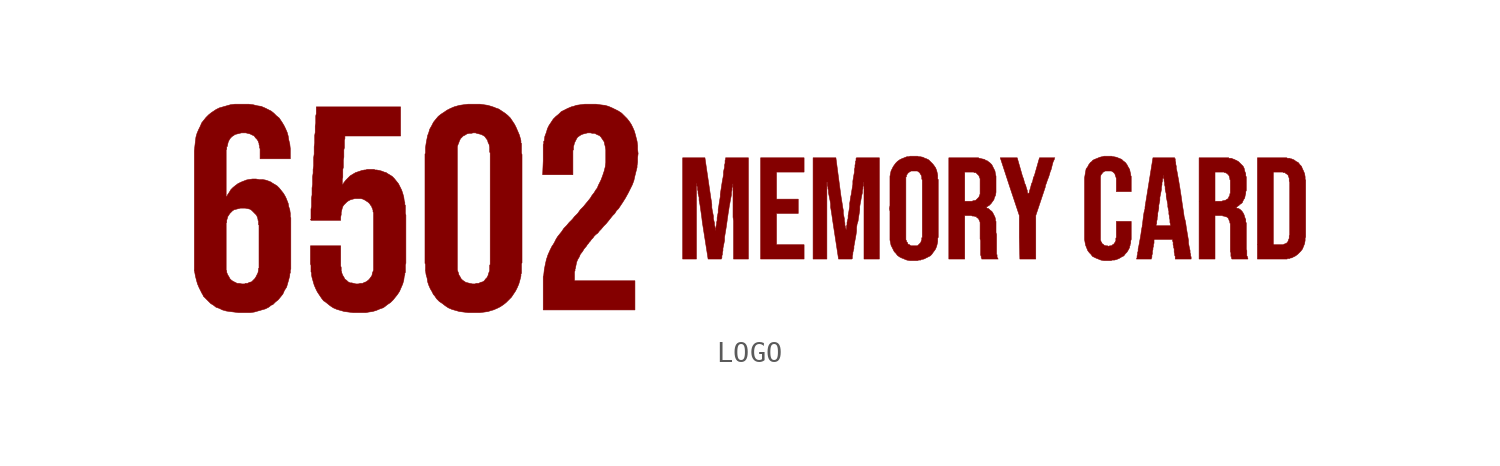
<source format=kicad_sym>
(kicad_symbol_lib
  (version 20231120)
  (generator "kicad_symbol_editor")
  (generator_version "8.0")
  (symbol "LOGO"
    (pin_names
      (offset 1.016))
    (property "Reference" "#G"
      (at 0 -4.242 0)
      (effects (font (size 1.524 1.524)) (hide yes)))
    (symbol "LOGO_0_0"
      (polyline (pts (xy -0.787 -1.727) (xy -2.108 -1.727) (xy -2.108 -0.229) (xy -1.067 -0.229) (xy -1.067 0.457) (xy -2.108 0.457) (xy -2.108 1.753) (xy -0.787 1.753) (xy -0.787 2.438) (xy -2.87 2.438) (xy -2.87 -2.413) (xy -0.787 -2.413) (xy -0.787 -1.727)) (stroke (width 0.025) (type solid)) (fill (type outline)))
      (polyline (pts (xy 10.312 -0.33) (xy 10.77 1.041) (xy 10.77 1.092) (xy 10.82 1.219) (xy 10.871 1.372) (xy 10.922 1.499) (xy 10.973 1.651) (xy 10.998 1.753) (xy 11.049 1.88) (xy 11.125 2.184) (xy 11.151 2.261) (xy 11.201 2.362) (xy 11.201 2.413) (xy 11.227 2.438) (xy 10.49 2.438) (xy 10.236 1.549) (xy 10.211 1.524) (xy 10.185 1.422) (xy 10.16 1.295) (xy 10.109 1.194) (xy 10.058 0.991) (xy 10.008 0.838) (xy 10.008 0.787) (xy 9.957 0.711) (xy 9.931 0.737) (xy 9.906 0.787) (xy 9.906 0.864) (xy 9.855 1.016) (xy 9.83 1.118) (xy 9.779 1.219) (xy 9.728 1.422) (xy 9.677 1.549) (xy 9.423 2.438) (xy 8.611 2.438) (xy 9.068 1.041) (xy 9.525 -0.33) (xy 9.525 -1.372) (xy 9.55 -2.413) (xy 10.312 -2.413) (xy 10.312 -0.33)) (stroke (width 0.025) (type solid)) (fill (type outline)))
      (polyline (pts (xy 22.377 -2.388) (xy 22.479 -2.388) (xy 22.504 -2.362) (xy 22.555 -2.362) (xy 22.758 -2.261) (xy 22.86 -2.184) (xy 23.012 -2.032) (xy 23.089 -1.93) (xy 23.19 -1.676) (xy 23.216 -1.524) (xy 23.216 -1.372) (xy 23.241 -1.372) (xy 23.241 1.372) (xy 23.216 1.397) (xy 23.216 1.524) (xy 23.19 1.676) (xy 23.139 1.803) (xy 23.089 1.905) (xy 23.038 2.032) (xy 22.962 2.108) (xy 22.885 2.21) (xy 22.784 2.261) (xy 22.682 2.337) (xy 22.555 2.388) (xy 22.504 2.388) (xy 22.479 2.413) (xy 22.377 2.413) (xy 22.327 2.438) (xy 20.93 2.438) (xy 20.93 -1.727) (xy 21.692 -1.727) (xy 21.692 1.753) (xy 22.149 1.753) (xy 22.174 1.727) (xy 22.25 1.727) (xy 22.301 1.676) (xy 22.352 1.651) (xy 22.403 1.6) (xy 22.454 1.448) (xy 22.454 1.321) (xy 22.479 1.27) (xy 22.479 -1.27) (xy 22.454 -1.295) (xy 22.454 -1.422) (xy 22.428 -1.473) (xy 22.403 -1.549) (xy 22.377 -1.6) (xy 22.327 -1.651) (xy 22.276 -1.676) (xy 22.2 -1.702) (xy 22.174 -1.727) (xy 21.692 -1.727) (xy 20.93 -1.727) (xy 20.93 -2.413) (xy 22.352 -2.413) (xy 22.377 -2.388)) (stroke (width 0.025) (type solid)) (fill (type outline)))
      (polyline (pts (xy 4.699 -2.464) (xy 4.801 -2.464) (xy 4.826 -2.438) (xy 4.953 -2.413) (xy 5.258 -2.261) (xy 5.334 -2.184) (xy 5.385 -2.108) (xy 5.461 -2.007) (xy 5.512 -1.93) (xy 5.563 -1.803) (xy 5.588 -1.702) (xy 5.613 -1.575) (xy 5.613 -1.422) (xy 5.639 -1.372) (xy 5.639 1.397) (xy 5.613 1.422) (xy 5.613 1.6) (xy 5.588 1.727) (xy 5.563 1.829) (xy 5.512 1.956) (xy 5.461 2.032) (xy 5.385 2.134) (xy 5.182 2.337) (xy 5.08 2.388) (xy 5.004 2.413) (xy 4.902 2.464) (xy 4.775 2.489) (xy 4.699 2.489) (xy 4.648 2.515) (xy 4.293 2.515) (xy 4.242 2.489) (xy 4.14 2.489) (xy 3.886 2.388) (xy 3.785 2.337) (xy 3.683 2.261) (xy 3.607 2.184) (xy 3.531 2.083) (xy 3.48 2.007) (xy 3.378 1.803) (xy 3.327 1.549) (xy 3.327 0.152) (xy 3.302 0) (xy 3.327 -0.127) (xy 3.327 -1.499) (xy 4.089 -1.499) (xy 4.089 1.524) (xy 4.115 1.524) (xy 4.115 1.6) (xy 4.14 1.626) (xy 4.166 1.676) (xy 4.216 1.727) (xy 4.293 1.778) (xy 4.343 1.803) (xy 4.648 1.803) (xy 4.674 1.778) (xy 4.75 1.727) (xy 4.775 1.676) (xy 4.826 1.6) (xy 4.851 1.524) (xy 4.851 1.422) (xy 4.877 1.372) (xy 4.877 -1.372) (xy 4.851 -1.397) (xy 4.851 -1.499) (xy 4.826 -1.549) (xy 4.801 -1.626) (xy 4.648 -1.778) (xy 4.318 -1.778) (xy 4.267 -1.727) (xy 4.191 -1.702) (xy 4.166 -1.626) (xy 4.115 -1.575) (xy 4.115 -1.524) (xy 4.089 -1.499) (xy 3.327 -1.499) (xy 3.378 -1.753) (xy 3.531 -2.057) (xy 3.607 -2.134) (xy 3.683 -2.235) (xy 3.785 -2.311) (xy 3.886 -2.362) (xy 4.14 -2.464) (xy 4.293 -2.489) (xy 4.648 -2.489) (xy 4.699 -2.464)) (stroke (width 0.025) (type solid)) (fill (type outline)))
      (polyline (pts (xy 6.909 -0.33) (xy 7.214 -0.33) (xy 7.29 -0.356) (xy 7.366 -0.356) (xy 7.417 -0.381) (xy 7.468 -0.381) (xy 7.493 -0.432) (xy 7.544 -0.457) (xy 7.569 -0.483) (xy 7.62 -0.584) (xy 7.645 -0.66) (xy 7.645 -1.448) (xy 7.671 -1.524) (xy 7.671 -2.235) (xy 7.696 -2.261) (xy 7.696 -2.337) (xy 7.722 -2.362) (xy 7.722 -2.413) (xy 8.509 -2.413) (xy 8.484 -2.362) (xy 8.458 -2.337) (xy 8.458 -2.21) (xy 8.433 -2.184) (xy 8.433 -1.245) (xy 8.407 -1.143) (xy 8.407 -0.61) (xy 8.382 -0.584) (xy 8.382 -0.508) (xy 8.357 -0.406) (xy 8.255 -0.203) (xy 8.204 -0.127) (xy 8.128 -0.076) (xy 8.052 0) (xy 7.976 0.025) (xy 7.95 0.051) (xy 7.925 0.051) (xy 7.925 0.076) (xy 7.95 0.076) (xy 7.976 0.102) (xy 8.001 0.102) (xy 8.026 0.127) (xy 8.077 0.152) (xy 8.179 0.254) (xy 8.23 0.33) (xy 8.306 0.432) (xy 8.331 0.533) (xy 8.382 0.635) (xy 8.407 0.787) (xy 8.407 1.549) (xy 8.382 1.651) (xy 8.357 1.803) (xy 8.204 2.108) (xy 8.128 2.184) (xy 8.026 2.261) (xy 8.001 2.286) (xy 7.925 2.311) (xy 7.849 2.362) (xy 7.722 2.388) (xy 7.62 2.413) (xy 7.595 2.413) (xy 7.569 2.438) (xy 6.147 2.438) (xy 6.147 0.356) (xy 6.909 0.356) (xy 6.909 1.753) (xy 7.341 1.753) (xy 7.366 1.727) (xy 7.442 1.727) (xy 7.595 1.575) (xy 7.595 1.549) (xy 7.62 1.524) (xy 7.62 1.473) (xy 7.645 1.448) (xy 7.645 0.686) (xy 7.62 0.66) (xy 7.62 0.61) (xy 7.595 0.584) (xy 7.595 0.559) (xy 7.442 0.406) (xy 7.366 0.381) (xy 7.315 0.381) (xy 7.264 0.356) (xy 6.909 0.356) (xy 6.147 0.356) (xy 6.147 -2.413) (xy 6.909 -2.413) (xy 6.909 -0.33)) (stroke (width 0.025) (type solid)) (fill (type outline)))
      (polyline (pts (xy -5.944 1.219) (xy -5.918 1.194) (xy -5.918 1.092) (xy -5.893 1.041) (xy -5.893 0.914) (xy -5.867 0.838) (xy -5.867 0.737) (xy -5.817 0.533) (xy -5.817 0.406) (xy -5.791 0.279) (xy -5.766 0.127) (xy -5.69 -0.406) (xy -5.664 -0.635) (xy -5.385 -2.413) (xy -4.75 -2.413) (xy -4.75 -2.388) (xy -4.724 -2.362) (xy -4.724 -2.261) (xy -4.699 -2.184) (xy -4.699 -2.108) (xy -4.674 -2.007) (xy -4.674 -1.905) (xy -4.597 -1.524) (xy -4.597 -1.372) (xy -4.521 -0.914) (xy -4.47 -0.559) (xy -4.47 -0.533) (xy -4.445 -0.381) (xy -4.42 -0.203) (xy -4.394 -0.051) (xy -4.369 0.127) (xy -4.343 0.254) (xy -4.318 0.406) (xy -4.267 0.66) (xy -4.267 0.787) (xy -4.242 0.889) (xy -4.242 0.991) (xy -4.216 1.067) (xy -4.216 1.143) (xy -4.191 1.194) (xy -4.191 -0.406) (xy -4.166 -0.584) (xy -4.166 -2.413) (xy -3.454 -2.413) (xy -3.454 2.438) (xy -4.547 2.438) (xy -4.547 2.362) (xy -4.572 2.311) (xy -4.572 2.184) (xy -4.597 2.083) (xy -4.597 1.981) (xy -4.623 1.88) (xy -4.648 1.753) (xy -4.648 1.626) (xy -4.674 1.473) (xy -4.699 1.346) (xy -4.724 1.194) (xy -4.75 1.016) (xy -4.775 0.864) (xy -4.801 0.686) (xy -4.801 0.584) (xy -4.851 0.279) (xy -4.877 0.102) (xy -4.902 -0.025) (xy -4.902 -0.178) (xy -4.953 -0.432) (xy -4.953 -0.559) (xy -4.978 -0.66) (xy -4.978 -0.737) (xy -5.004 -0.838) (xy -5.004 -0.889) (xy -5.029 -0.94) (xy -5.029 -1.041) (xy -5.055 -1.016) (xy -5.055 -0.864) (xy -5.08 -0.787) (xy -5.08 -0.686) (xy -5.131 -0.483) (xy -5.131 -0.356) (xy -5.182 -0.102) (xy -5.207 0.051) (xy -5.207 0.203) (xy -5.232 0.381) (xy -5.258 0.533) (xy -5.283 0.711) (xy -5.537 2.438) (xy -6.604 2.438) (xy -6.604 -2.413) (xy -5.944 -2.413) (xy -5.944 1.219)) (stroke (width 0.025) (type solid)) (fill (type outline)))
      (polyline (pts (xy 13.97 -2.464) (xy 14.072 -2.464) (xy 14.173 -2.438) (xy 14.3 -2.388) (xy 14.427 -2.311) (xy 14.529 -2.261) (xy 14.605 -2.159) (xy 14.681 -2.083) (xy 14.757 -1.956) (xy 14.808 -1.854) (xy 14.808 -1.803) (xy 14.834 -1.753) (xy 14.834 -1.702) (xy 14.859 -1.651) (xy 14.859 -1.549) (xy 14.884 -1.473) (xy 14.884 -0.61) (xy 14.173 -0.61) (xy 14.173 -1.372) (xy 14.148 -1.422) (xy 14.148 -1.549) (xy 14.122 -1.575) (xy 14.122 -1.6) (xy 14.097 -1.626) (xy 14.046 -1.702) (xy 13.995 -1.727) (xy 13.945 -1.778) (xy 13.868 -1.778) (xy 13.792 -1.803) (xy 13.741 -1.778) (xy 13.665 -1.778) (xy 13.589 -1.753) (xy 13.538 -1.702) (xy 13.487 -1.676) (xy 13.462 -1.6) (xy 13.437 -1.6) (xy 13.437 -1.549) (xy 13.411 -1.524) (xy 13.411 1.524) (xy 13.437 1.626) (xy 13.487 1.676) (xy 13.513 1.727) (xy 13.589 1.778) (xy 13.64 1.803) (xy 13.945 1.803) (xy 13.97 1.778) (xy 14.021 1.753) (xy 14.097 1.676) (xy 14.173 1.448) (xy 14.173 0.813) (xy 14.884 0.813) (xy 14.884 1.549) (xy 14.859 1.6) (xy 14.859 1.651) (xy 14.834 1.753) (xy 14.808 1.88) (xy 14.732 2.007) (xy 14.681 2.108) (xy 14.605 2.21) (xy 14.503 2.286) (xy 14.427 2.362) (xy 14.173 2.464) (xy 14.046 2.489) (xy 13.995 2.489) (xy 13.945 2.515) (xy 13.589 2.515) (xy 13.513 2.489) (xy 13.487 2.489) (xy 13.386 2.464) (xy 13.132 2.362) (xy 13.03 2.311) (xy 13.03 2.286) (xy 12.929 2.21) (xy 12.852 2.108) (xy 12.802 2.007) (xy 12.725 1.905) (xy 12.7 1.778) (xy 12.649 1.473) (xy 12.649 -1.473) (xy 12.675 -1.626) (xy 12.7 -1.753) (xy 12.802 -2.007) (xy 12.878 -2.108) (xy 12.954 -2.184) (xy 13.03 -2.286) (xy 13.183 -2.362) (xy 13.437 -2.464) (xy 13.589 -2.489) (xy 13.919 -2.489) (xy 13.97 -2.464)) (stroke (width 0.025) (type solid)) (fill (type outline)))
      (polyline (pts (xy 0.305 1.27) (xy 0.33 1.27) (xy 0.33 1.118) (xy 0.356 1.041) (xy 0.356 0.965) (xy 0.381 0.864) (xy 0.381 0.762) (xy 0.457 0.381) (xy 0.483 0.229) (xy 0.483 0.076) (xy 0.533 -0.229) (xy 0.584 -0.584) (xy 0.864 -2.413) (xy 1.499 -2.413) (xy 1.524 -2.388) (xy 1.524 -2.261) (xy 1.549 -2.184) (xy 1.549 -2.108) (xy 1.6 -1.905) (xy 1.6 -1.803) (xy 1.626 -1.676) (xy 1.651 -1.524) (xy 1.676 -1.397) (xy 1.702 -1.245) (xy 1.727 -1.067) (xy 1.727 -0.914) (xy 1.753 -0.737) (xy 1.803 -0.584) (xy 1.803 -0.559) (xy 1.829 -0.381) (xy 1.854 -0.229) (xy 1.88 -0.051) (xy 1.88 0.102) (xy 1.905 0.254) (xy 1.93 0.381) (xy 1.956 0.533) (xy 1.981 0.66) (xy 2.007 0.762) (xy 2.007 0.864) (xy 2.032 0.965) (xy 2.032 1.041) (xy 2.057 1.118) (xy 2.057 1.245) (xy 2.083 1.245) (xy 2.083 -2.413) (xy 2.819 -2.413) (xy 2.819 2.438) (xy 1.727 2.438) (xy 1.702 2.413) (xy 1.702 2.311) (xy 1.676 2.261) (xy 1.676 2.184) (xy 1.651 2.083) (xy 1.651 1.981) (xy 1.626 1.88) (xy 1.626 1.753) (xy 1.6 1.626) (xy 1.549 1.321) (xy 1.549 1.168) (xy 1.499 0.864) (xy 1.473 0.686) (xy 1.448 0.584) (xy 1.422 0.406) (xy 1.397 0.254) (xy 1.397 0.102) (xy 1.346 -0.203) (xy 1.321 -0.33) (xy 1.321 -0.457) (xy 1.27 -0.66) (xy 1.27 -0.762) (xy 1.245 -0.838) (xy 1.245 -0.965) (xy 1.219 -1.016) (xy 1.219 -0.965) (xy 1.194 -0.914) (xy 1.194 -0.864) (xy 1.168 -0.787) (xy 1.168 -0.686) (xy 1.143 -0.584) (xy 1.143 -0.483) (xy 1.092 -0.229) (xy 1.092 -0.076) (xy 1.067 0.051) (xy 1.041 0.229) (xy 0.991 0.533) (xy 0.965 0.711) (xy 0.737 2.438) (xy -0.356 2.438) (xy -0.356 -2.413) (xy 0.305 -2.413) (xy 0.305 1.27)) (stroke (width 0.025) (type solid)) (fill (type outline)))
      (polyline (pts (xy 18.898 -0.33) (xy 19.253 -0.33) (xy 19.279 -0.356) (xy 19.329 -0.356) (xy 19.482 -0.406) (xy 19.533 -0.457) (xy 19.558 -0.508) (xy 19.583 -0.584) (xy 19.609 -0.61) (xy 19.609 -0.686) (xy 19.634 -0.711) (xy 19.634 -2.057) (xy 19.66 -2.108) (xy 19.66 -2.286) (xy 19.685 -2.311) (xy 19.685 -2.362) (xy 19.71 -2.413) (xy 20.472 -2.413) (xy 20.472 -2.362) (xy 20.447 -2.337) (xy 20.447 -2.286) (xy 20.422 -2.261) (xy 20.422 -2.007) (xy 20.396 -1.956) (xy 20.396 -0.686) (xy 20.371 -0.635) (xy 20.371 -0.508) (xy 20.345 -0.483) (xy 20.345 -0.457) (xy 20.32 -0.406) (xy 20.295 -0.305) (xy 20.244 -0.203) (xy 20.193 -0.127) (xy 20.117 -0.051) (xy 20.041 0) (xy 19.939 0.025) (xy 19.888 0.076) (xy 19.939 0.076) (xy 19.964 0.102) (xy 20.041 0.152) (xy 20.091 0.203) (xy 20.168 0.254) (xy 20.218 0.305) (xy 20.218 0.33) (xy 20.269 0.432) (xy 20.32 0.508) (xy 20.345 0.635) (xy 20.371 0.737) (xy 20.371 0.813) (xy 20.396 0.864) (xy 20.396 1.524) (xy 20.371 1.575) (xy 20.371 1.676) (xy 20.32 1.803) (xy 20.295 1.93) (xy 20.244 2.032) (xy 20.015 2.261) (xy 19.812 2.362) (xy 19.736 2.388) (xy 19.685 2.413) (xy 19.558 2.413) (xy 19.558 2.438) (xy 18.136 2.438) (xy 18.136 0.356) (xy 18.898 0.356) (xy 18.898 1.753) (xy 19.329 1.753) (xy 19.355 1.727) (xy 19.406 1.727) (xy 19.431 1.702) (xy 19.456 1.702) (xy 19.558 1.6) (xy 19.583 1.549) (xy 19.609 1.448) (xy 19.609 1.397) (xy 19.634 1.372) (xy 19.634 0.737) (xy 19.609 0.711) (xy 19.609 0.635) (xy 19.558 0.559) (xy 19.533 0.483) (xy 19.482 0.457) (xy 19.406 0.406) (xy 19.329 0.381) (xy 19.279 0.381) (xy 19.228 0.356) (xy 18.898 0.356) (xy 18.136 0.356) (xy 18.136 -2.413) (xy 18.898 -2.413) (xy 18.898 -0.33)) (stroke (width 0.025) (type solid)) (fill (type outline)))
      (polyline (pts (xy 15.85 -2.362) (xy 15.875 -2.337) (xy 15.875 -2.235) (xy 15.9 -2.159) (xy 15.9 -2.032) (xy 15.926 -1.956) (xy 15.926 -1.88) (xy 15.951 -1.803) (xy 15.951 -1.727) (xy 15.977 -1.651) (xy 15.977 -1.499) (xy 16.002 -1.473) (xy 16.866 -1.473) (xy 16.866 -1.549) (xy 16.891 -1.6) (xy 16.891 -1.727) (xy 16.916 -1.803) (xy 16.916 -1.854) (xy 16.942 -1.93) (xy 16.942 -2.083) (xy 16.967 -2.159) (xy 16.967 -2.235) (xy 16.993 -2.286) (xy 16.993 -2.413) (xy 17.755 -2.413) (xy 17.755 -2.311) (xy 17.729 -2.261) (xy 17.729 -2.184) (xy 17.704 -2.108) (xy 17.704 -2.007) (xy 17.678 -1.905) (xy 17.628 -1.651) (xy 17.628 -1.524) (xy 17.526 -0.914) (xy 17.501 -0.737) (xy 17.475 -0.584) (xy 17.424 -0.406) (xy 17.374 -0.051) (xy 17.348 0.102) (xy 17.272 0.635) (xy 17.247 0.787) (xy 17.221 0.965) (xy 17.145 1.422) (xy 17.12 1.549) (xy 17.094 1.702) (xy 17.069 1.829) (xy 17.043 1.93) (xy 17.043 2.032) (xy 17.018 2.134) (xy 17.018 2.21) (xy 16.993 2.286) (xy 16.993 2.388) (xy 16.967 2.413) (xy 16.967 2.438) (xy 15.926 2.438) (xy 15.545 0.076) (xy 15.545 0) (xy 15.494 -0.203) (xy 15.469 -0.381) (xy 15.443 -0.584) (xy 15.418 -0.813) (xy 16.078 -0.813) (xy 16.078 -0.762) (xy 16.104 -0.711) (xy 16.104 -0.61) (xy 16.129 -0.508) (xy 16.129 -0.432) (xy 16.154 -0.33) (xy 16.154 -0.229) (xy 16.205 0.025) (xy 16.205 0.152) (xy 16.256 0.406) (xy 16.256 0.533) (xy 16.332 0.914) (xy 16.332 1.016) (xy 16.358 1.143) (xy 16.358 1.245) (xy 16.383 1.321) (xy 16.383 1.397) (xy 16.408 1.473) (xy 16.408 1.6) (xy 16.434 1.6) (xy 16.434 1.473) (xy 16.459 1.397) (xy 16.459 1.321) (xy 16.485 1.245) (xy 16.485 1.143) (xy 16.51 1.041) (xy 16.51 0.94) (xy 16.535 0.813) (xy 16.561 0.711) (xy 16.561 0.584) (xy 16.637 0.203) (xy 16.637 0.102) (xy 16.662 -0.025) (xy 16.688 -0.127) (xy 16.688 -0.254) (xy 16.713 -0.356) (xy 16.713 -0.432) (xy 16.739 -0.533) (xy 16.739 -0.66) (xy 16.764 -0.737) (xy 16.764 -0.813) (xy 16.078 -0.813) (xy 15.418 -0.813) (xy 15.392 -0.94) (xy 15.367 -1.092) (xy 15.342 -1.27) (xy 15.316 -1.422) (xy 15.291 -1.549) (xy 15.265 -1.702) (xy 15.24 -1.829) (xy 15.215 -1.93) (xy 15.215 -2.032) (xy 15.189 -2.108) (xy 15.189 -2.184) (xy 15.164 -2.261) (xy 15.164 -2.337) (xy 15.138 -2.413) (xy 15.85 -2.413) (xy 15.85 -2.362)) (stroke (width 0.025) (type solid)) (fill (type outline)))
      (polyline (pts (xy -16.104 -4.953) (xy -15.926 -4.928) (xy -15.773 -4.877) (xy -15.672 -4.851) (xy -15.494 -4.775) (xy -15.342 -4.699) (xy -15.189 -4.597) (xy -15.062 -4.496) (xy -14.808 -4.242) (xy -14.605 -3.937) (xy -14.529 -3.785) (xy -14.453 -3.607) (xy -14.402 -3.429) (xy -14.351 -3.226) (xy -14.351 -3.124) (xy -14.326 -3.099) (xy -14.326 -2.642) (xy -14.3 -2.591) (xy -14.3 2.591) (xy -14.326 2.667) (xy -14.326 3.124) (xy -14.351 3.15) (xy -14.351 3.251) (xy -14.376 3.353) (xy -14.427 3.531) (xy -14.58 3.886) (xy -14.656 4.039) (xy -14.859 4.343) (xy -14.986 4.47) (xy -15.113 4.572) (xy -15.418 4.775) (xy -15.57 4.826) (xy -15.621 4.851) (xy -15.773 4.902) (xy -15.951 4.953) (xy -16.307 5.004) (xy -16.891 5.004) (xy -17.094 4.978) (xy -17.272 4.953) (xy -17.374 4.928) (xy -17.551 4.877) (xy -17.729 4.801) (xy -17.882 4.724) (xy -18.186 4.521) (xy -18.313 4.42) (xy -18.44 4.267) (xy -18.542 4.14) (xy -18.618 3.988) (xy -18.72 3.81) (xy -18.771 3.632) (xy -18.821 3.505) (xy -18.872 3.251) (xy -18.898 3.099) (xy -18.923 2.921) (xy -18.923 2.667) (xy -18.948 2.616) (xy -18.948 -2.616) (xy -18.923 -2.667) (xy -18.923 -2.946) (xy -17.399 -2.946) (xy -17.399 2.972) (xy -17.374 3.048) (xy -17.323 3.175) (xy -17.297 3.251) (xy -17.247 3.353) (xy -17.12 3.48) (xy -17.018 3.531) (xy -16.942 3.581) (xy -16.84 3.607) (xy -16.739 3.607) (xy -16.637 3.632) (xy -16.535 3.632) (xy -16.459 3.607) (xy -16.256 3.556) (xy -16.154 3.505) (xy -16.078 3.454) (xy -16.027 3.378) (xy -15.951 3.277) (xy -15.926 3.175) (xy -15.875 3.073) (xy -15.85 2.946) (xy -15.85 2.718) (xy -15.824 2.667) (xy -15.824 -2.667) (xy -15.85 -2.718) (xy -15.85 -2.972) (xy -15.9 -3.099) (xy -15.926 -3.2) (xy -15.977 -3.302) (xy -16.053 -3.378) (xy -16.104 -3.454) (xy -16.18 -3.505) (xy -16.281 -3.531) (xy -16.383 -3.581) (xy -16.51 -3.581) (xy -16.535 -3.607) (xy -16.662 -3.607) (xy -16.789 -3.581) (xy -16.993 -3.531) (xy -17.145 -3.429) (xy -17.221 -3.353) (xy -17.272 -3.251) (xy -17.323 -3.175) (xy -17.348 -3.073) (xy -17.399 -2.946) (xy -18.923 -2.946) (xy -18.898 -3.15) (xy -18.847 -3.327) (xy -18.821 -3.505) (xy -18.771 -3.658) (xy -18.694 -3.835) (xy -18.618 -3.962) (xy -18.542 -4.115) (xy -18.491 -4.166) (xy -18.39 -4.318) (xy -18.263 -4.445) (xy -18.11 -4.547) (xy -17.983 -4.648) (xy -17.831 -4.75) (xy -17.653 -4.826) (xy -17.297 -4.928) (xy -16.891 -4.978) (xy -16.307 -4.978) (xy -16.104 -4.953)) (stroke (width 0.025) (type solid)) (fill (type outline)))
      (polyline (pts (xy -8.89 -3.454) (xy -11.786 -3.454) (xy -11.786 -3.023) (xy -11.76 -2.972) (xy -11.76 -2.896) (xy -11.735 -2.845) (xy -11.735 -2.819) (xy -11.684 -2.565) (xy -11.633 -2.438) (xy -11.557 -2.311) (xy -11.506 -2.184) (xy -11.405 -2.057) (xy -11.328 -1.93) (xy -11.201 -1.778) (xy -11.176 -1.727) (xy -11.125 -1.676) (xy -11.074 -1.6) (xy -11.024 -1.549) (xy -10.973 -1.473) (xy -10.897 -1.397) (xy -10.846 -1.321) (xy -10.77 -1.245) (xy -10.668 -1.168) (xy -10.592 -1.067) (xy -10.516 -0.991) (xy -10.389 -0.838) (xy -10.262 -0.711) (xy -9.957 -0.33) (xy -9.855 -0.229) (xy -9.779 -0.102) (xy -9.677 0) (xy -9.474 0.305) (xy -9.347 0.508) (xy -9.22 0.737) (xy -9.017 1.143) (xy -8.941 1.346) (xy -8.89 1.575) (xy -8.788 1.981) (xy -8.788 2.057) (xy -8.763 2.235) (xy -8.763 2.438) (xy -8.738 2.642) (xy -8.763 2.845) (xy -8.763 3.023) (xy -8.788 3.226) (xy -8.865 3.531) (xy -8.915 3.708) (xy -8.992 3.886) (xy -9.068 4.039) (xy -9.169 4.191) (xy -9.271 4.318) (xy -9.525 4.572) (xy -9.677 4.674) (xy -9.982 4.826) (xy -10.16 4.902) (xy -10.338 4.953) (xy -10.363 4.953) (xy -10.566 4.978) (xy -10.744 5.004) (xy -11.303 5.004) (xy -11.506 4.978) (xy -11.684 4.953) (xy -11.836 4.902) (xy -11.938 4.877) (xy -12.116 4.801) (xy -12.421 4.648) (xy -12.548 4.521) (xy -12.675 4.42) (xy -12.802 4.293) (xy -13.005 3.988) (xy -13.081 3.835) (xy -13.132 3.658) (xy -13.208 3.454) (xy -13.233 3.251) (xy -13.259 3.226) (xy -13.259 3.099) (xy -13.284 3.073) (xy -13.284 2.286) (xy -13.31 1.626) (xy -11.862 1.626) (xy -11.862 2.794) (xy -11.836 2.819) (xy -11.836 2.972) (xy -11.811 3.048) (xy -11.786 3.15) (xy -11.684 3.353) (xy -11.633 3.429) (xy -11.481 3.531) (xy -11.43 3.556) (xy -11.354 3.581) (xy -11.151 3.632) (xy -11.024 3.632) (xy -10.922 3.607) (xy -10.82 3.607) (xy -10.668 3.531) (xy -10.592 3.505) (xy -10.516 3.429) (xy -10.363 3.2) (xy -10.338 3.073) (xy -10.312 2.972) (xy -10.287 2.819) (xy -10.287 2.21) (xy -10.312 2.007) (xy -10.363 1.803) (xy -10.439 1.575) (xy -10.516 1.372) (xy -10.643 1.118) (xy -10.693 0.991) (xy -10.77 0.889) (xy -10.846 0.762) (xy -10.947 0.635) (xy -11.024 0.508) (xy -11.125 0.381) (xy -11.252 0.229) (xy -11.354 0.102) (xy -11.506 -0.051) (xy -11.633 -0.229) (xy -11.786 -0.381) (xy -11.887 -0.508) (xy -12.04 -0.66) (xy -12.167 -0.813) (xy -12.294 -0.94) (xy -12.395 -1.092) (xy -12.598 -1.346) (xy -12.675 -1.473) (xy -12.751 -1.626) (xy -12.827 -1.753) (xy -12.852 -1.778) (xy -12.954 -1.981) (xy -13.056 -2.21) (xy -13.132 -2.438) (xy -13.183 -2.667) (xy -13.233 -2.921) (xy -13.259 -3.175) (xy -13.259 -3.2) (xy -13.284 -3.251) (xy -13.284 -4.851) (xy -8.89 -4.851) (xy -8.89 -3.454)) (stroke (width 0.025) (type solid)) (fill (type outline)))
      (polyline (pts (xy -21.641 -4.953) (xy -21.463 -4.928) (xy -21.285 -4.877) (xy -21.107 -4.801) (xy -20.955 -4.75) (xy -20.879 -4.699) (xy -20.752 -4.597) (xy -20.599 -4.496) (xy -20.472 -4.369) (xy -20.269 -4.115) (xy -20.168 -3.962) (xy -20.015 -3.607) (xy -19.964 -3.429) (xy -19.939 -3.226) (xy -19.914 -3.175) (xy -19.914 -3.099) (xy -19.888 -3.048) (xy -19.888 -2.692) (xy -19.863 -2.616) (xy -19.863 -0.305) (xy -19.888 -0.229) (xy -19.888 0.152) (xy -19.914 0.203) (xy -19.914 0.305) (xy -19.939 0.356) (xy -19.964 0.559) (xy -20.015 0.737) (xy -20.066 0.889) (xy -20.218 1.194) (xy -20.422 1.448) (xy -20.523 1.549) (xy -20.777 1.702) (xy -20.803 1.727) (xy -20.904 1.753) (xy -21.031 1.803) (xy -21.133 1.829) (xy -21.26 1.854) (xy -21.336 1.854) (xy -21.387 1.88) (xy -21.717 1.88) (xy -21.793 1.854) (xy -21.844 1.854) (xy -21.971 1.829) (xy -22.276 1.727) (xy -22.53 1.575) (xy -22.733 1.372) (xy -22.835 1.245) (xy -22.86 1.194) (xy -22.885 1.168) (xy -22.911 1.168) (xy -22.911 1.422) (xy -22.885 1.499) (xy -22.885 1.88) (xy -22.86 1.981) (xy -22.86 2.337) (xy -22.835 2.464) (xy -22.835 2.819) (xy -22.809 2.921) (xy -22.809 3.277) (xy -22.784 3.353) (xy -22.784 3.48) (xy -20.117 3.48) (xy -20.117 4.877) (xy -24.155 4.877) (xy -24.155 4.547) (xy -24.181 4.445) (xy -24.181 4.089) (xy -24.206 3.962) (xy -24.206 3.658) (xy -24.232 3.505) (xy -24.232 3.15) (xy -24.257 2.972) (xy -24.257 2.616) (xy -24.282 2.438) (xy -24.282 2.057) (xy -24.308 1.88) (xy -24.308 1.702) (xy -24.333 1.524) (xy -24.333 1.168) (xy -24.359 0.991) (xy -24.359 0.66) (xy -24.384 0.508) (xy -24.384 0.102) (xy -24.409 -0.025) (xy -24.409 -0.508) (xy -24.435 -0.508) (xy -24.409 -0.559) (xy -22.987 -0.559) (xy -22.987 -0.406) (xy -22.962 -0.279) (xy -22.962 -0.178) (xy -22.911 0.025) (xy -22.885 0.102) (xy -22.835 0.178) (xy -22.682 0.33) (xy -22.606 0.381) (xy -22.504 0.432) (xy -22.301 0.483) (xy -22.022 0.483) (xy -21.92 0.457) (xy -21.819 0.406) (xy -21.666 0.305) (xy -21.59 0.229) (xy -21.565 0.178) (xy -21.514 0.127) (xy -21.488 0.051) (xy -21.463 0) (xy -21.438 -0.076) (xy -21.438 -0.152) (xy -21.412 -0.178) (xy -21.412 -2.946) (xy -21.463 -3.073) (xy -21.488 -3.2) (xy -21.539 -3.277) (xy -21.615 -3.378) (xy -21.666 -3.429) (xy -21.768 -3.505) (xy -21.844 -3.531) (xy -21.946 -3.581) (xy -22.047 -3.581) (xy -22.149 -3.607) (xy -22.25 -3.607) (xy -22.454 -3.556) (xy -22.53 -3.556) (xy -22.631 -3.505) (xy -22.708 -3.429) (xy -22.784 -3.378) (xy -22.835 -3.277) (xy -22.885 -3.2) (xy -22.936 -3.073) (xy -22.936 -3.023) (xy -22.962 -2.997) (xy -22.962 -2.819) (xy -22.987 -2.743) (xy -22.987 -1.778) (xy -24.435 -1.778) (xy -24.435 -2.642) (xy -24.409 -2.718) (xy -24.409 -3.023) (xy -24.384 -3.073) (xy -24.384 -3.175) (xy -24.359 -3.302) (xy -24.257 -3.658) (xy -24.181 -3.835) (xy -24.105 -3.988) (xy -23.901 -4.293) (xy -23.8 -4.42) (xy -23.749 -4.445) (xy -23.495 -4.648) (xy -23.343 -4.75) (xy -23.165 -4.826) (xy -22.809 -4.928) (xy -22.403 -4.978) (xy -21.768 -4.978) (xy -21.641 -4.953)) (stroke (width 0.025) (type solid)) (fill (type outline)))
      (polyline (pts (xy -27.127 -4.953) (xy -26.594 -4.801) (xy -26.441 -4.724) (xy -26.314 -4.623) (xy -26.238 -4.597) (xy -26.111 -4.47) (xy -25.984 -4.369) (xy -25.857 -4.216) (xy -25.756 -4.089) (xy -25.679 -3.912) (xy -25.578 -3.759) (xy -25.476 -3.404) (xy -25.425 -3.2) (xy -25.425 -3.124) (xy -25.4 -3.073) (xy -25.4 -2.946) (xy -25.375 -2.896) (xy -25.375 -0.432) (xy -25.4 -0.406) (xy -25.4 -0.229) (xy -25.425 -0.051) (xy -25.476 0.102) (xy -25.502 0.254) (xy -25.603 0.508) (xy -25.654 0.61) (xy -25.73 0.737) (xy -25.933 0.991) (xy -26.035 1.092) (xy -26.289 1.245) (xy -26.314 1.27) (xy -26.441 1.321) (xy -26.594 1.372) (xy -26.746 1.397) (xy -26.899 1.397) (xy -27.051 1.422) (xy -27.203 1.422) (xy -27.381 1.397) (xy -27.508 1.372) (xy -27.762 1.27) (xy -27.915 1.194) (xy -28.016 1.118) (xy -28.143 1.016) (xy -28.245 0.914) (xy -28.321 0.787) (xy -28.423 0.635) (xy -28.423 0.61) (xy -28.473 0.559) (xy -28.473 2.819) (xy -28.448 2.845) (xy -28.448 2.972) (xy -28.423 2.972) (xy -28.397 3.099) (xy -28.372 3.2) (xy -28.321 3.302) (xy -28.27 3.378) (xy -28.194 3.454) (xy -28.042 3.556) (xy -27.737 3.632) (xy -27.534 3.632) (xy -27.33 3.581) (xy -27.127 3.48) (xy -27.076 3.404) (xy -27 3.327) (xy -26.949 3.251) (xy -26.899 3.124) (xy -26.899 3.073) (xy -26.873 2.997) (xy -26.873 2.921) (xy -26.848 2.87) (xy -26.848 2.388) (xy -25.4 2.388) (xy -25.4 2.87) (xy -25.425 3.099) (xy -25.476 3.302) (xy -25.502 3.48) (xy -25.552 3.658) (xy -25.629 3.835) (xy -25.705 3.988) (xy -25.781 4.115) (xy -25.933 4.343) (xy -26.06 4.445) (xy -26.187 4.572) (xy -26.314 4.674) (xy -26.619 4.826) (xy -26.797 4.902) (xy -26.975 4.928) (xy -27.178 4.978) (xy -27.381 5.004) (xy -28.067 5.004) (xy -28.27 4.978) (xy -28.804 4.826) (xy -28.956 4.75) (xy -29.185 4.597) (xy -29.312 4.496) (xy -29.439 4.369) (xy -29.642 4.115) (xy -29.718 3.937) (xy -29.794 3.785) (xy -29.87 3.607) (xy -29.921 3.429) (xy -29.947 3.226) (xy -29.997 2.769) (xy -29.997 -2.819) (xy -29.997 -2.946) (xy -28.473 -2.946) (xy -28.473 -0.686) (xy -28.448 -0.66) (xy -28.448 -0.559) (xy -28.423 -0.483) (xy -28.397 -0.381) (xy -28.296 -0.229) (xy -28.169 -0.102) (xy -28.092 -0.051) (xy -27.788 0.025) (xy -27.559 0.025) (xy -27.432 0) (xy -27.33 -0.025) (xy -27.254 -0.076) (xy -27.026 -0.305) (xy -26.975 -0.406) (xy -26.949 -0.508) (xy -26.949 -0.559) (xy -26.924 -0.584) (xy -26.924 -0.762) (xy -26.899 -0.787) (xy -26.899 -2.845) (xy -26.924 -2.87) (xy -26.924 -2.946) (xy -26.949 -3.073) (xy -27.051 -3.277) (xy -27.102 -3.353) (xy -27.254 -3.505) (xy -27.356 -3.531) (xy -27.457 -3.581) (xy -27.559 -3.581) (xy -27.584 -3.607) (xy -27.711 -3.607) (xy -27.838 -3.581) (xy -27.94 -3.581) (xy -28.143 -3.48) (xy -28.219 -3.429) (xy -28.296 -3.353) (xy -28.346 -3.251) (xy -28.397 -3.175) (xy -28.448 -3.048) (xy -28.448 -2.972) (xy -28.473 -2.946) (xy -29.997 -2.946) (xy -29.947 -3.226) (xy -29.896 -3.429) (xy -29.845 -3.607) (xy -29.769 -3.785) (xy -29.616 -4.089) (xy -29.591 -4.115) (xy -29.566 -4.191) (xy -29.21 -4.547) (xy -29.083 -4.623) (xy -28.956 -4.724) (xy -28.804 -4.775) (xy -28.651 -4.851) (xy -28.473 -4.902) (xy -28.296 -4.928) (xy -27.889 -4.978) (xy -27.305 -4.978) (xy -27.127 -4.953)) (stroke (width 0.025) (type solid)) (fill (type outline))))))
</source>
